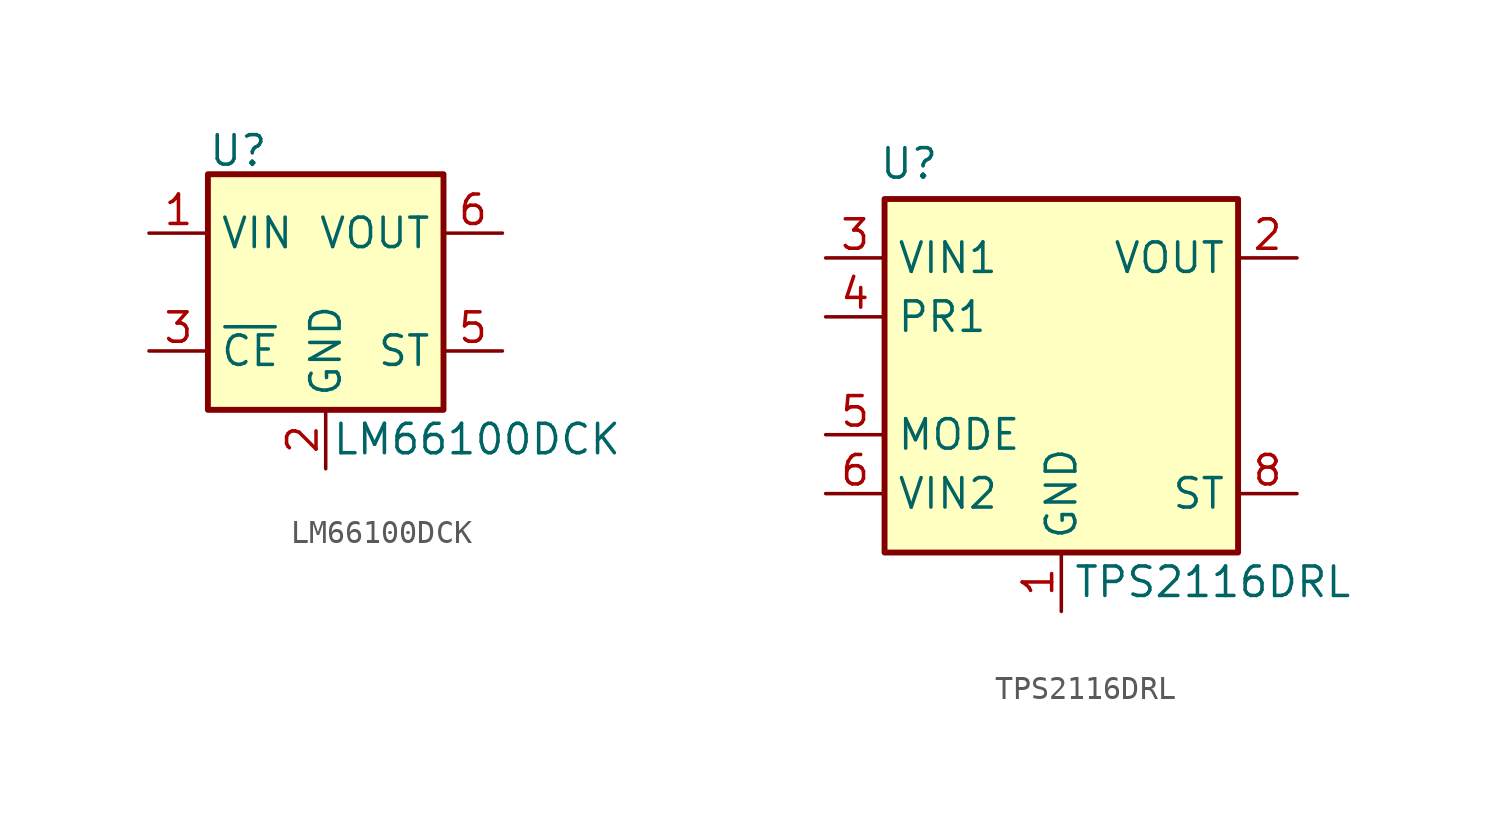
<source format=kicad_sym>
(kicad_symbol_lib
  (version 20231120)
  (generator "kicad_symbol_editor")
  (generator_version "8.0")
  (symbol "LM66100DCK"
    (property "Reference" "U"
      (at -5.08 6.096 0)
      (effects (font (size 1.27 1.27)) (justify left)))
    (property "Value" "LM66100DCK"
      (at 0.254 -6.35 0)
      (effects (font (size 1.27 1.27)) (justify left)))
    (symbol "LM66100DCK_0_1"
      (rectangle (start -5.08 5.08) (end 5.08 -5.08) (stroke (width 0.254) (type default)) (fill (type background))))
    (symbol "LM66100DCK_1_1"
      (pin power_in line (at -7.62 2.54 0) (length 2.54) (name "VIN" (effects (font (size 1.27 1.27)))) (number "1" (effects (font (size 1.27 1.27)))))
      (pin power_in line (at 0 -7.62 90) (length 2.54) (name "GND" (effects (font (size 1.27 1.27)))) (number "2" (effects (font (size 1.27 1.27)))))
      (pin input line (at -7.62 -2.54 0) (length 2.54) (name "~{CE}" (effects (font (size 1.27 1.27)))) (number "3" (effects (font (size 1.27 1.27)))))
      (pin no_connect line (at 0 5.08 270) (length 2.54) hide (name "NC" (effects (font (size 1.27 1.27)))) (number "4" (effects (font (size 1.27 1.27)))))
      (pin open_collector line (at 7.62 -2.54 180) (length 2.54) (name "ST" (effects (font (size 1.27 1.27)))) (number "5" (effects (font (size 1.27 1.27)))))
      (pin power_out line (at 7.62 2.54 180) (length 2.54) (name "VOUT" (effects (font (size 1.27 1.27)))) (number "6" (effects (font (size 1.27 1.27)))))))
  (symbol "TPS2116DRL"
    (property "Reference" "U"
      (at -7.874 9.144 0)
      (effects (font (size 1.27 1.27)) (justify left)))
    (property "Value" "TPS2116DRL"
      (at 0.508 -8.89 0)
      (effects (font (size 1.27 1.27)) (justify left)))
    (symbol "TPS2116DRL_0_1"
      (rectangle (start -7.62 7.62) (end 7.62 -7.62) (stroke (width 0.254) (type default)) (fill (type background))))
    (symbol "TPS2116DRL_1_0"
      (pin power_out line (at 10.16 5.08 180) (length 2.54) hide (name "VOUT" (effects (font (size 1.27 1.27)))) (number "7" (effects (font (size 1.27 1.27))))))
    (symbol "TPS2116DRL_1_1"
      (pin power_in line (at 0 -10.16 90) (length 2.54) (name "GND" (effects (font (size 1.27 1.27)))) (number "1" (effects (font (size 1.27 1.27)))))
      (pin power_out line (at 10.16 5.08 180) (length 2.54) (name "VOUT" (effects (font (size 1.27 1.27)))) (number "2" (effects (font (size 1.27 1.27)))))
      (pin power_in line (at -10.16 5.08 0) (length 2.54) (name "VIN1" (effects (font (size 1.27 1.27)))) (number "3" (effects (font (size 1.27 1.27)))))
      (pin input line (at -10.16 2.54 0) (length 2.54) (name "PR1" (effects (font (size 1.27 1.27)))) (number "4" (effects (font (size 1.27 1.27)))))
      (pin input line (at -10.16 -2.54 0) (length 2.54) (name "MODE" (effects (font (size 1.27 1.27)))) (number "5" (effects (font (size 1.27 1.27)))))
      (pin power_in line (at -10.16 -5.08 0) (length 2.54) (name "VIN2" (effects (font (size 1.27 1.27)))) (number "6" (effects (font (size 1.27 1.27)))))
      (pin open_collector line (at 10.16 -5.08 180) (length 2.54) (name "ST" (effects (font (size 1.27 1.27)))) (number "8" (effects (font (size 1.27 1.27))))))))
</source>
